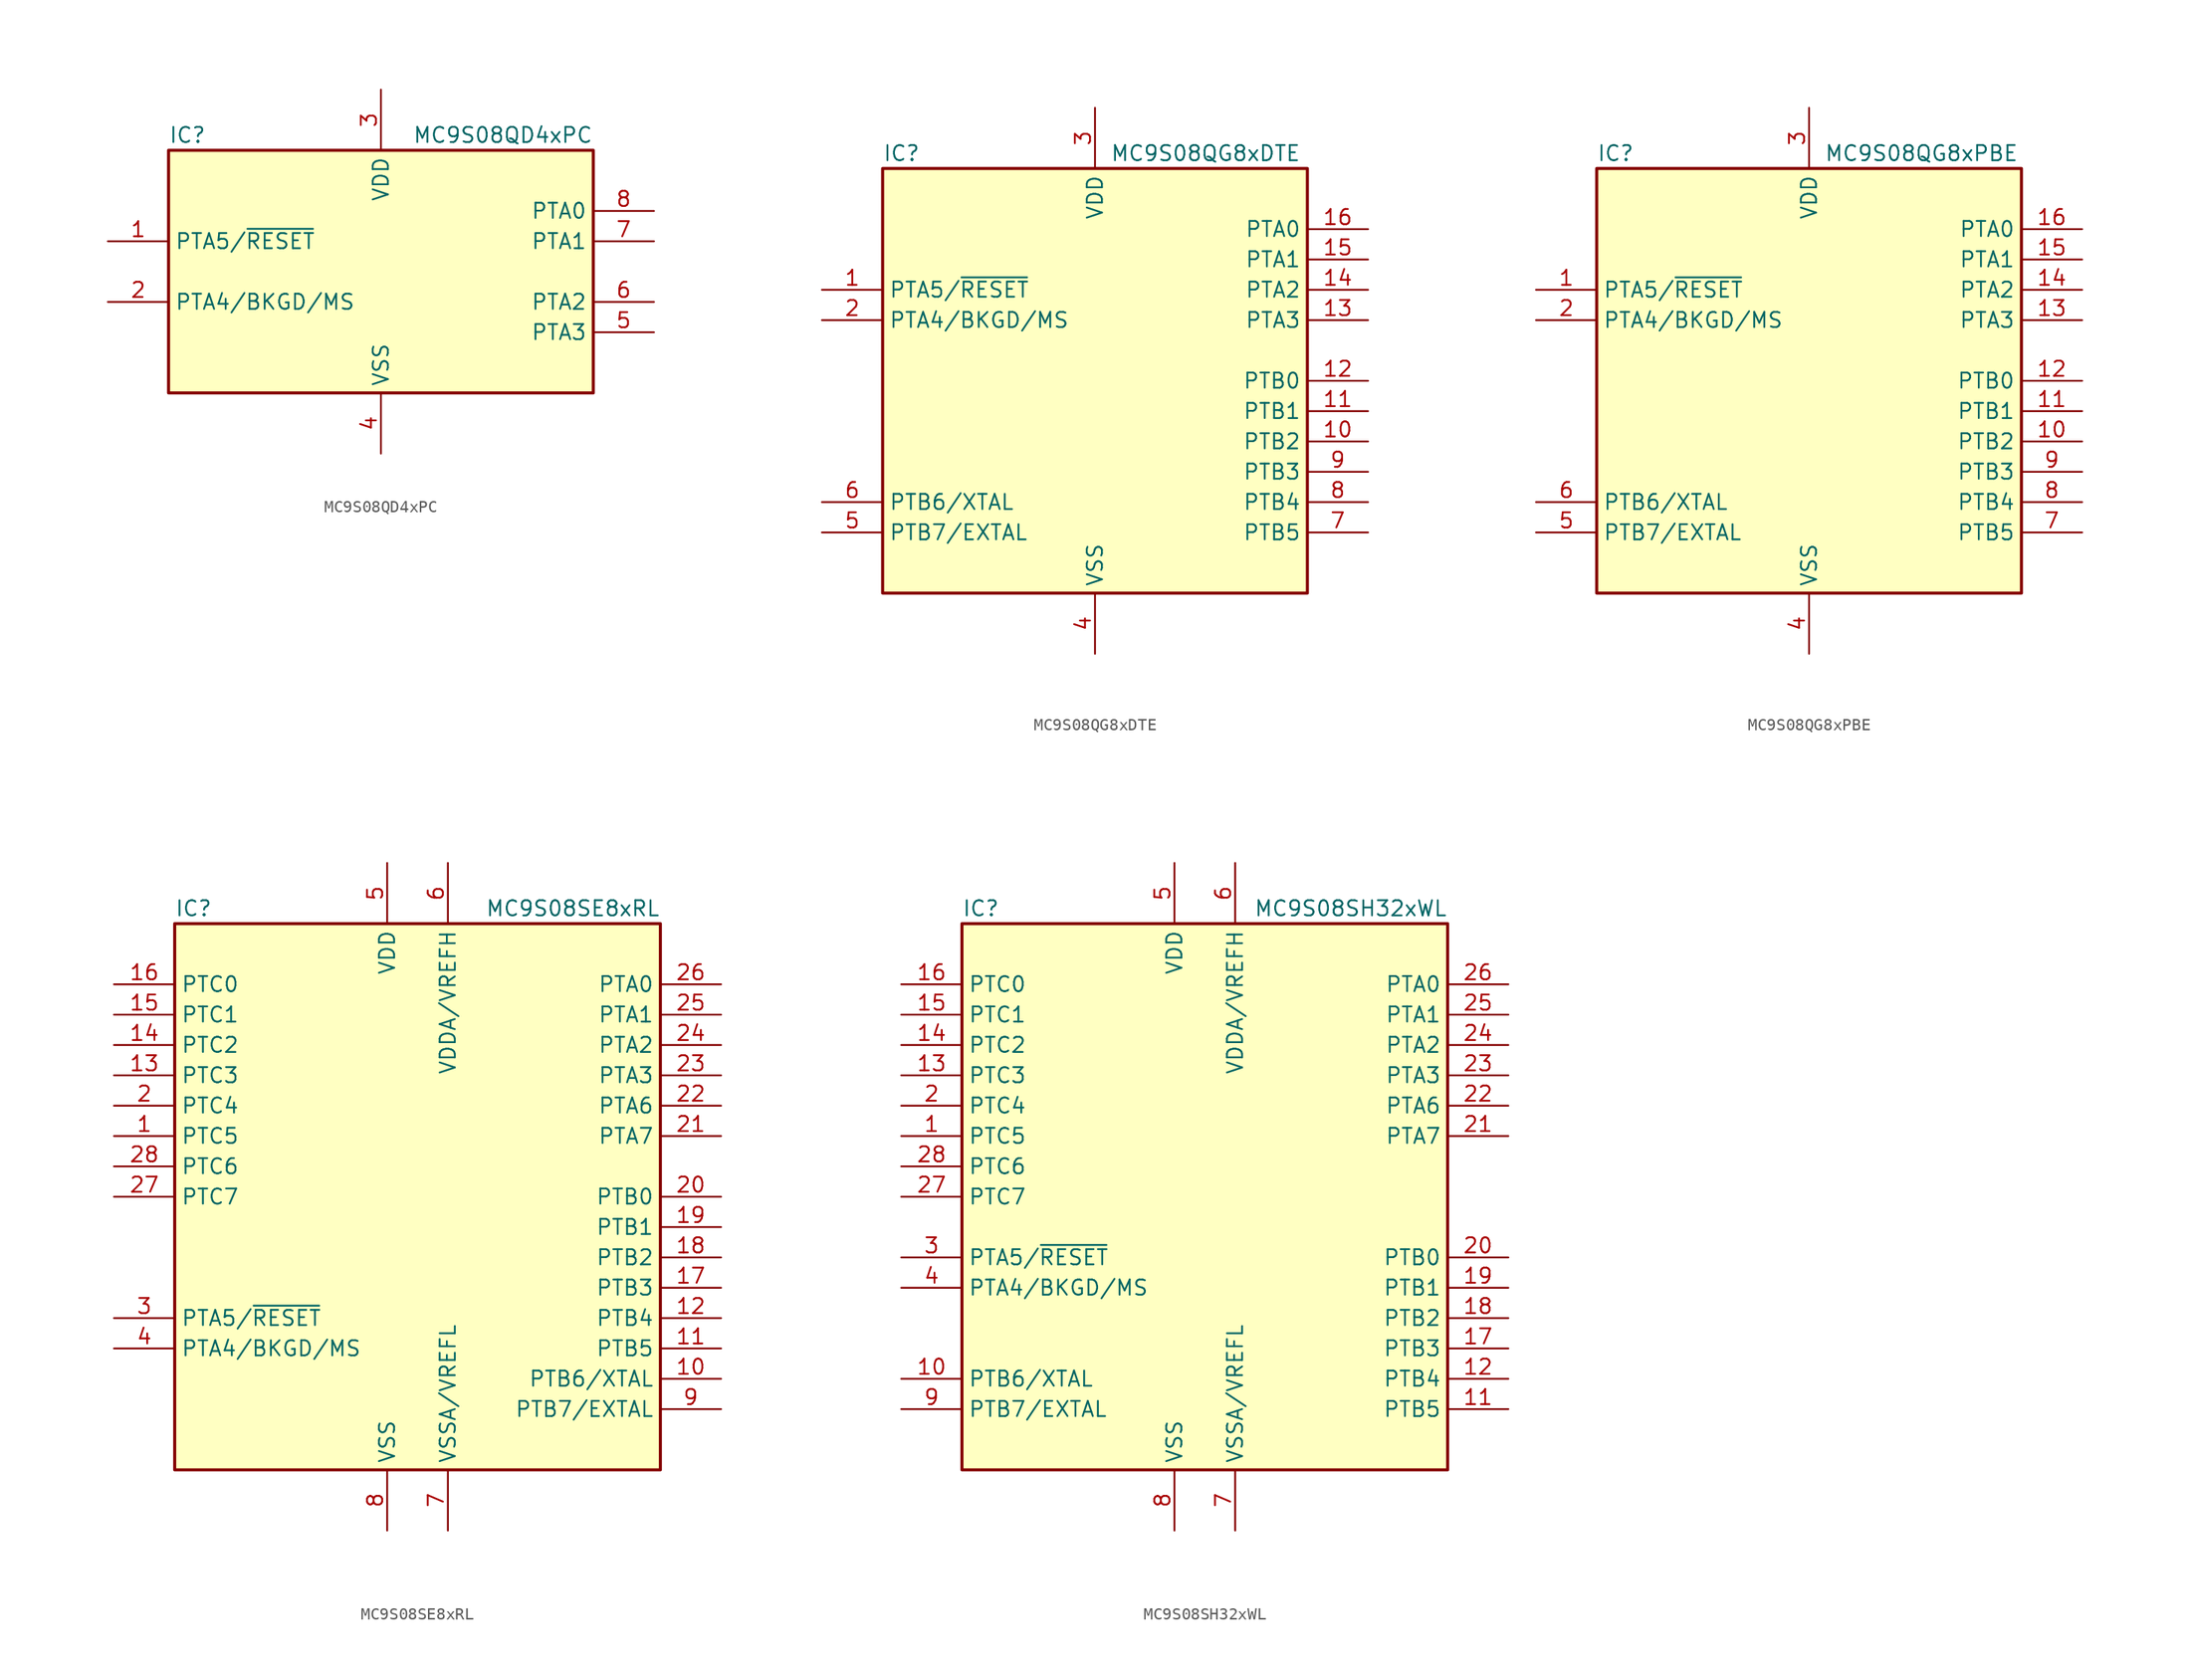
<source format=kicad_sym>
(kicad_symbol_lib
  (version 20241209)
  (generator "kicad_symbol_editor")
  (generator_version "9.0")
  (symbol "MC9S08QD4xPC"
    (property "Reference" "IC"
      (at -17.78 11.43 0)
      (effects (font (size 1.27 1.27)) (justify left)))
    (property "Value" "MC9S08QD4xPC"
      (at 17.78 11.43 0)
      (effects (font (size 1.27 1.27)) (justify right)))
    (symbol "MC9S08QD4xPC_0_1"
      (rectangle (start -17.78 10.16) (end 17.78 -10.16) (stroke (width 0.254) (type default)) (fill (type background))))
    (symbol "MC9S08QD4xPC_1_1"
      (pin bidirectional line (at -22.86 2.54 0) (length 5.08) (name "PTA5/~{RESET}" (effects (font (size 1.27 1.27)))) (number "1" (effects (font (size 1.27 1.27)))))
      (pin bidirectional line (at -22.86 -2.54 0) (length 5.08) (name "PTA4/BKGD/MS" (effects (font (size 1.27 1.27)))) (number "2" (effects (font (size 1.27 1.27)))))
      (pin power_in line (at 0 15.24 270) (length 5.08) (name "VDD" (effects (font (size 1.27 1.27)))) (number "3" (effects (font (size 1.27 1.27)))))
      (pin power_in line (at 0 -15.24 90) (length 5.08) (name "VSS" (effects (font (size 1.27 1.27)))) (number "4" (effects (font (size 1.27 1.27)))))
      (pin bidirectional line (at 22.86 5.08 180) (length 5.08) (name "PTA0" (effects (font (size 1.27 1.27)))) (number "8" (effects (font (size 1.27 1.27)))))
      (pin bidirectional line (at 22.86 2.54 180) (length 5.08) (name "PTA1" (effects (font (size 1.27 1.27)))) (number "7" (effects (font (size 1.27 1.27)))))
      (pin bidirectional line (at 22.86 -2.54 180) (length 5.08) (name "PTA2" (effects (font (size 1.27 1.27)))) (number "6" (effects (font (size 1.27 1.27)))))
      (pin bidirectional line (at 22.86 -5.08 180) (length 5.08) (name "PTA3" (effects (font (size 1.27 1.27)))) (number "5" (effects (font (size 1.27 1.27)))))))
  (symbol "MC9S08QG8xDTE"
    (property "Reference" "IC"
      (at -17.78 19.05 0)
      (effects (font (size 1.27 1.27)) (justify left)))
    (property "Value" "MC9S08QG8xDTE"
      (at 1.27 19.05 0)
      (effects (font (size 1.27 1.27)) (justify left)))
    (symbol "MC9S08QG8xDTE_0_1"
      (rectangle (start -17.78 17.78) (end 17.78 -17.78) (stroke (width 0.254) (type default)) (fill (type background))))
    (symbol "MC9S08QG8xDTE_1_1"
      (pin bidirectional line (at -22.86 7.62 0) (length 5.08) (name "PTA5/~{RESET}" (effects (font (size 1.27 1.27)))) (number "1" (effects (font (size 1.27 1.27)))))
      (pin bidirectional line (at -22.86 5.08 0) (length 5.08) (name "PTA4/BKGD/MS" (effects (font (size 1.27 1.27)))) (number "2" (effects (font (size 1.27 1.27)))))
      (pin bidirectional line (at -22.86 -10.16 0) (length 5.08) (name "PTB6/XTAL" (effects (font (size 1.27 1.27)))) (number "6" (effects (font (size 1.27 1.27)))))
      (pin bidirectional line (at -22.86 -12.7 0) (length 5.08) (name "PTB7/EXTAL" (effects (font (size 1.27 1.27)))) (number "5" (effects (font (size 1.27 1.27)))))
      (pin power_in line (at 0 22.86 270) (length 5.08) (name "VDD" (effects (font (size 1.27 1.27)))) (number "3" (effects (font (size 1.27 1.27)))))
      (pin power_in line (at 0 -22.86 90) (length 5.08) (name "VSS" (effects (font (size 1.27 1.27)))) (number "4" (effects (font (size 1.27 1.27)))))
      (pin bidirectional line (at 22.86 12.7 180) (length 5.08) (name "PTA0" (effects (font (size 1.27 1.27)))) (number "16" (effects (font (size 1.27 1.27)))))
      (pin bidirectional line (at 22.86 10.16 180) (length 5.08) (name "PTA1" (effects (font (size 1.27 1.27)))) (number "15" (effects (font (size 1.27 1.27)))))
      (pin bidirectional line (at 22.86 7.62 180) (length 5.08) (name "PTA2" (effects (font (size 1.27 1.27)))) (number "14" (effects (font (size 1.27 1.27)))))
      (pin bidirectional line (at 22.86 5.08 180) (length 5.08) (name "PTA3" (effects (font (size 1.27 1.27)))) (number "13" (effects (font (size 1.27 1.27)))))
      (pin bidirectional line (at 22.86 0 180) (length 5.08) (name "PTB0" (effects (font (size 1.27 1.27)))) (number "12" (effects (font (size 1.27 1.27)))))
      (pin bidirectional line (at 22.86 -2.54 180) (length 5.08) (name "PTB1" (effects (font (size 1.27 1.27)))) (number "11" (effects (font (size 1.27 1.27)))))
      (pin bidirectional line (at 22.86 -5.08 180) (length 5.08) (name "PTB2" (effects (font (size 1.27 1.27)))) (number "10" (effects (font (size 1.27 1.27)))))
      (pin bidirectional line (at 22.86 -7.62 180) (length 5.08) (name "PTB3" (effects (font (size 1.27 1.27)))) (number "9" (effects (font (size 1.27 1.27)))))
      (pin bidirectional line (at 22.86 -10.16 180) (length 5.08) (name "PTB4" (effects (font (size 1.27 1.27)))) (number "8" (effects (font (size 1.27 1.27)))))
      (pin bidirectional line (at 22.86 -12.7 180) (length 5.08) (name "PTB5" (effects (font (size 1.27 1.27)))) (number "7" (effects (font (size 1.27 1.27)))))))
  (symbol "MC9S08QG8xPBE"
    (property "Reference" "IC"
      (at -17.78 19.05 0)
      (effects (font (size 1.27 1.27)) (justify left)))
    (property "Value" "MC9S08QG8xPBE"
      (at 1.27 19.05 0)
      (effects (font (size 1.27 1.27)) (justify left)))
    (symbol "MC9S08QG8xPBE_0_1"
      (rectangle (start -17.78 17.78) (end 17.78 -17.78) (stroke (width 0.254) (type default)) (fill (type background))))
    (symbol "MC9S08QG8xPBE_1_1"
      (pin bidirectional line (at -22.86 7.62 0) (length 5.08) (name "PTA5/~{RESET}" (effects (font (size 1.27 1.27)))) (number "1" (effects (font (size 1.27 1.27)))))
      (pin bidirectional line (at -22.86 5.08 0) (length 5.08) (name "PTA4/BKGD/MS" (effects (font (size 1.27 1.27)))) (number "2" (effects (font (size 1.27 1.27)))))
      (pin bidirectional line (at -22.86 -10.16 0) (length 5.08) (name "PTB6/XTAL" (effects (font (size 1.27 1.27)))) (number "6" (effects (font (size 1.27 1.27)))))
      (pin bidirectional line (at -22.86 -12.7 0) (length 5.08) (name "PTB7/EXTAL" (effects (font (size 1.27 1.27)))) (number "5" (effects (font (size 1.27 1.27)))))
      (pin power_in line (at 0 22.86 270) (length 5.08) (name "VDD" (effects (font (size 1.27 1.27)))) (number "3" (effects (font (size 1.27 1.27)))))
      (pin power_in line (at 0 -22.86 90) (length 5.08) (name "VSS" (effects (font (size 1.27 1.27)))) (number "4" (effects (font (size 1.27 1.27)))))
      (pin bidirectional line (at 22.86 12.7 180) (length 5.08) (name "PTA0" (effects (font (size 1.27 1.27)))) (number "16" (effects (font (size 1.27 1.27)))))
      (pin bidirectional line (at 22.86 10.16 180) (length 5.08) (name "PTA1" (effects (font (size 1.27 1.27)))) (number "15" (effects (font (size 1.27 1.27)))))
      (pin bidirectional line (at 22.86 7.62 180) (length 5.08) (name "PTA2" (effects (font (size 1.27 1.27)))) (number "14" (effects (font (size 1.27 1.27)))))
      (pin bidirectional line (at 22.86 5.08 180) (length 5.08) (name "PTA3" (effects (font (size 1.27 1.27)))) (number "13" (effects (font (size 1.27 1.27)))))
      (pin bidirectional line (at 22.86 0 180) (length 5.08) (name "PTB0" (effects (font (size 1.27 1.27)))) (number "12" (effects (font (size 1.27 1.27)))))
      (pin bidirectional line (at 22.86 -2.54 180) (length 5.08) (name "PTB1" (effects (font (size 1.27 1.27)))) (number "11" (effects (font (size 1.27 1.27)))))
      (pin bidirectional line (at 22.86 -5.08 180) (length 5.08) (name "PTB2" (effects (font (size 1.27 1.27)))) (number "10" (effects (font (size 1.27 1.27)))))
      (pin bidirectional line (at 22.86 -7.62 180) (length 5.08) (name "PTB3" (effects (font (size 1.27 1.27)))) (number "9" (effects (font (size 1.27 1.27)))))
      (pin bidirectional line (at 22.86 -10.16 180) (length 5.08) (name "PTB4" (effects (font (size 1.27 1.27)))) (number "8" (effects (font (size 1.27 1.27)))))
      (pin bidirectional line (at 22.86 -12.7 180) (length 5.08) (name "PTB5" (effects (font (size 1.27 1.27)))) (number "7" (effects (font (size 1.27 1.27)))))))
  (symbol "MC9S08SE8xRL"
    (property "Reference" "IC"
      (at -20.32 24.13 0)
      (effects (font (size 1.27 1.27)) (justify left)))
    (property "Value" "MC9S08SE8xRL"
      (at 20.32 24.13 0)
      (effects (font (size 1.27 1.27)) (justify right)))
    (symbol "MC9S08SE8xRL_0_1"
      (rectangle (start -20.32 22.86) (end 20.32 -22.86) (stroke (width 0.254) (type default)) (fill (type background))))
    (symbol "MC9S08SE8xRL_1_1"
      (pin bidirectional line (at -25.4 17.78 0) (length 5.08) (name "PTC0" (effects (font (size 1.27 1.27)))) (number "16" (effects (font (size 1.27 1.27)))))
      (pin bidirectional line (at -25.4 15.24 0) (length 5.08) (name "PTC1" (effects (font (size 1.27 1.27)))) (number "15" (effects (font (size 1.27 1.27)))))
      (pin bidirectional line (at -25.4 12.7 0) (length 5.08) (name "PTC2" (effects (font (size 1.27 1.27)))) (number "14" (effects (font (size 1.27 1.27)))))
      (pin bidirectional line (at -25.4 10.16 0) (length 5.08) (name "PTC3" (effects (font (size 1.27 1.27)))) (number "13" (effects (font (size 1.27 1.27)))))
      (pin bidirectional line (at -25.4 7.62 0) (length 5.08) (name "PTC4" (effects (font (size 1.27 1.27)))) (number "2" (effects (font (size 1.27 1.27)))))
      (pin bidirectional line (at -25.4 5.08 0) (length 5.08) (name "PTC5" (effects (font (size 1.27 1.27)))) (number "1" (effects (font (size 1.27 1.27)))))
      (pin bidirectional line (at -25.4 2.54 0) (length 5.08) (name "PTC6" (effects (font (size 1.27 1.27)))) (number "28" (effects (font (size 1.27 1.27)))))
      (pin bidirectional line (at -25.4 0 0) (length 5.08) (name "PTC7" (effects (font (size 1.27 1.27)))) (number "27" (effects (font (size 1.27 1.27)))))
      (pin bidirectional line (at -25.4 -10.16 0) (length 5.08) (name "PTA5/~{RESET}" (effects (font (size 1.27 1.27)))) (number "3" (effects (font (size 1.27 1.27)))))
      (pin bidirectional line (at -25.4 -12.7 0) (length 5.08) (name "PTA4/BKGD/MS" (effects (font (size 1.27 1.27)))) (number "4" (effects (font (size 1.27 1.27)))))
      (pin power_in line (at -2.54 27.94 270) (length 5.08) (name "VDD" (effects (font (size 1.27 1.27)))) (number "5" (effects (font (size 1.27 1.27)))))
      (pin power_in line (at -2.54 -27.94 90) (length 5.08) (name "VSS" (effects (font (size 1.27 1.27)))) (number "8" (effects (font (size 1.27 1.27)))))
      (pin power_in line (at 2.54 27.94 270) (length 5.08) (name "VDDA/VREFH" (effects (font (size 1.27 1.27)))) (number "6" (effects (font (size 1.27 1.27)))))
      (pin power_in line (at 2.54 -27.94 90) (length 5.08) (name "VSSA/VREFL" (effects (font (size 1.27 1.27)))) (number "7" (effects (font (size 1.27 1.27)))))
      (pin bidirectional line (at 25.4 17.78 180) (length 5.08) (name "PTA0" (effects (font (size 1.27 1.27)))) (number "26" (effects (font (size 1.27 1.27)))))
      (pin bidirectional line (at 25.4 15.24 180) (length 5.08) (name "PTA1" (effects (font (size 1.27 1.27)))) (number "25" (effects (font (size 1.27 1.27)))))
      (pin bidirectional line (at 25.4 12.7 180) (length 5.08) (name "PTA2" (effects (font (size 1.27 1.27)))) (number "24" (effects (font (size 1.27 1.27)))))
      (pin bidirectional line (at 25.4 10.16 180) (length 5.08) (name "PTA3" (effects (font (size 1.27 1.27)))) (number "23" (effects (font (size 1.27 1.27)))))
      (pin bidirectional line (at 25.4 7.62 180) (length 5.08) (name "PTA6" (effects (font (size 1.27 1.27)))) (number "22" (effects (font (size 1.27 1.27)))))
      (pin bidirectional line (at 25.4 5.08 180) (length 5.08) (name "PTA7" (effects (font (size 1.27 1.27)))) (number "21" (effects (font (size 1.27 1.27)))))
      (pin bidirectional line (at 25.4 0 180) (length 5.08) (name "PTB0" (effects (font (size 1.27 1.27)))) (number "20" (effects (font (size 1.27 1.27)))))
      (pin bidirectional line (at 25.4 -2.54 180) (length 5.08) (name "PTB1" (effects (font (size 1.27 1.27)))) (number "19" (effects (font (size 1.27 1.27)))))
      (pin bidirectional line (at 25.4 -5.08 180) (length 5.08) (name "PTB2" (effects (font (size 1.27 1.27)))) (number "18" (effects (font (size 1.27 1.27)))))
      (pin bidirectional line (at 25.4 -7.62 180) (length 5.08) (name "PTB3" (effects (font (size 1.27 1.27)))) (number "17" (effects (font (size 1.27 1.27)))))
      (pin bidirectional line (at 25.4 -10.16 180) (length 5.08) (name "PTB4" (effects (font (size 1.27 1.27)))) (number "12" (effects (font (size 1.27 1.27)))))
      (pin bidirectional line (at 25.4 -12.7 180) (length 5.08) (name "PTB5" (effects (font (size 1.27 1.27)))) (number "11" (effects (font (size 1.27 1.27)))))
      (pin bidirectional line (at 25.4 -15.24 180) (length 5.08) (name "PTB6/XTAL" (effects (font (size 1.27 1.27)))) (number "10" (effects (font (size 1.27 1.27)))))
      (pin bidirectional line (at 25.4 -17.78 180) (length 5.08) (name "PTB7/EXTAL" (effects (font (size 1.27 1.27)))) (number "9" (effects (font (size 1.27 1.27)))))))
  (symbol "MC9S08SH32xWL"
    (property "Reference" "IC"
      (at -20.32 24.13 0)
      (effects (font (size 1.27 1.27)) (justify left)))
    (property "Value" "MC9S08SH32xWL"
      (at 20.32 24.13 0)
      (effects (font (size 1.27 1.27)) (justify right)))
    (symbol "MC9S08SH32xWL_0_1"
      (rectangle (start -20.32 22.86) (end 20.32 -22.86) (stroke (width 0.254) (type default)) (fill (type background))))
    (symbol "MC9S08SH32xWL_1_1"
      (pin bidirectional line (at -25.4 17.78 0) (length 5.08) (name "PTC0" (effects (font (size 1.27 1.27)))) (number "16" (effects (font (size 1.27 1.27)))))
      (pin bidirectional line (at -25.4 15.24 0) (length 5.08) (name "PTC1" (effects (font (size 1.27 1.27)))) (number "15" (effects (font (size 1.27 1.27)))))
      (pin bidirectional line (at -25.4 12.7 0) (length 5.08) (name "PTC2" (effects (font (size 1.27 1.27)))) (number "14" (effects (font (size 1.27 1.27)))))
      (pin bidirectional line (at -25.4 10.16 0) (length 5.08) (name "PTC3" (effects (font (size 1.27 1.27)))) (number "13" (effects (font (size 1.27 1.27)))))
      (pin bidirectional line (at -25.4 7.62 0) (length 5.08) (name "PTC4" (effects (font (size 1.27 1.27)))) (number "2" (effects (font (size 1.27 1.27)))))
      (pin bidirectional line (at -25.4 5.08 0) (length 5.08) (name "PTC5" (effects (font (size 1.27 1.27)))) (number "1" (effects (font (size 1.27 1.27)))))
      (pin bidirectional line (at -25.4 2.54 0) (length 5.08) (name "PTC6" (effects (font (size 1.27 1.27)))) (number "28" (effects (font (size 1.27 1.27)))))
      (pin bidirectional line (at -25.4 0 0) (length 5.08) (name "PTC7" (effects (font (size 1.27 1.27)))) (number "27" (effects (font (size 1.27 1.27)))))
      (pin bidirectional line (at -25.4 -5.08 0) (length 5.08) (name "PTA5/~{RESET}" (effects (font (size 1.27 1.27)))) (number "3" (effects (font (size 1.27 1.27)))))
      (pin bidirectional line (at -25.4 -7.62 0) (length 5.08) (name "PTA4/BKGD/MS" (effects (font (size 1.27 1.27)))) (number "4" (effects (font (size 1.27 1.27)))))
      (pin bidirectional line (at -25.4 -15.24 0) (length 5.08) (name "PTB6/XTAL" (effects (font (size 1.27 1.27)))) (number "10" (effects (font (size 1.27 1.27)))))
      (pin bidirectional line (at -25.4 -17.78 0) (length 5.08) (name "PTB7/EXTAL" (effects (font (size 1.27 1.27)))) (number "9" (effects (font (size 1.27 1.27)))))
      (pin power_in line (at -2.54 27.94 270) (length 5.08) (name "VDD" (effects (font (size 1.27 1.27)))) (number "5" (effects (font (size 1.27 1.27)))))
      (pin power_in line (at -2.54 -27.94 90) (length 5.08) (name "VSS" (effects (font (size 1.27 1.27)))) (number "8" (effects (font (size 1.27 1.27)))))
      (pin power_in line (at 2.54 27.94 270) (length 5.08) (name "VDDA/VREFH" (effects (font (size 1.27 1.27)))) (number "6" (effects (font (size 1.27 1.27)))))
      (pin power_in line (at 2.54 -27.94 90) (length 5.08) (name "VSSA/VREFL" (effects (font (size 1.27 1.27)))) (number "7" (effects (font (size 1.27 1.27)))))
      (pin bidirectional line (at 25.4 17.78 180) (length 5.08) (name "PTA0" (effects (font (size 1.27 1.27)))) (number "26" (effects (font (size 1.27 1.27)))))
      (pin bidirectional line (at 25.4 15.24 180) (length 5.08) (name "PTA1" (effects (font (size 1.27 1.27)))) (number "25" (effects (font (size 1.27 1.27)))))
      (pin bidirectional line (at 25.4 12.7 180) (length 5.08) (name "PTA2" (effects (font (size 1.27 1.27)))) (number "24" (effects (font (size 1.27 1.27)))))
      (pin bidirectional line (at 25.4 10.16 180) (length 5.08) (name "PTA3" (effects (font (size 1.27 1.27)))) (number "23" (effects (font (size 1.27 1.27)))))
      (pin bidirectional line (at 25.4 7.62 180) (length 5.08) (name "PTA6" (effects (font (size 1.27 1.27)))) (number "22" (effects (font (size 1.27 1.27)))))
      (pin bidirectional line (at 25.4 5.08 180) (length 5.08) (name "PTA7" (effects (font (size 1.27 1.27)))) (number "21" (effects (font (size 1.27 1.27)))))
      (pin bidirectional line (at 25.4 -5.08 180) (length 5.08) (name "PTB0" (effects (font (size 1.27 1.27)))) (number "20" (effects (font (size 1.27 1.27)))))
      (pin bidirectional line (at 25.4 -7.62 180) (length 5.08) (name "PTB1" (effects (font (size 1.27 1.27)))) (number "19" (effects (font (size 1.27 1.27)))))
      (pin bidirectional line (at 25.4 -10.16 180) (length 5.08) (name "PTB2" (effects (font (size 1.27 1.27)))) (number "18" (effects (font (size 1.27 1.27)))))
      (pin bidirectional line (at 25.4 -12.7 180) (length 5.08) (name "PTB3" (effects (font (size 1.27 1.27)))) (number "17" (effects (font (size 1.27 1.27)))))
      (pin bidirectional line (at 25.4 -15.24 180) (length 5.08) (name "PTB4" (effects (font (size 1.27 1.27)))) (number "12" (effects (font (size 1.27 1.27)))))
      (pin bidirectional line (at 25.4 -17.78 180) (length 5.08) (name "PTB5" (effects (font (size 1.27 1.27)))) (number "11" (effects (font (size 1.27 1.27))))))))
</source>
